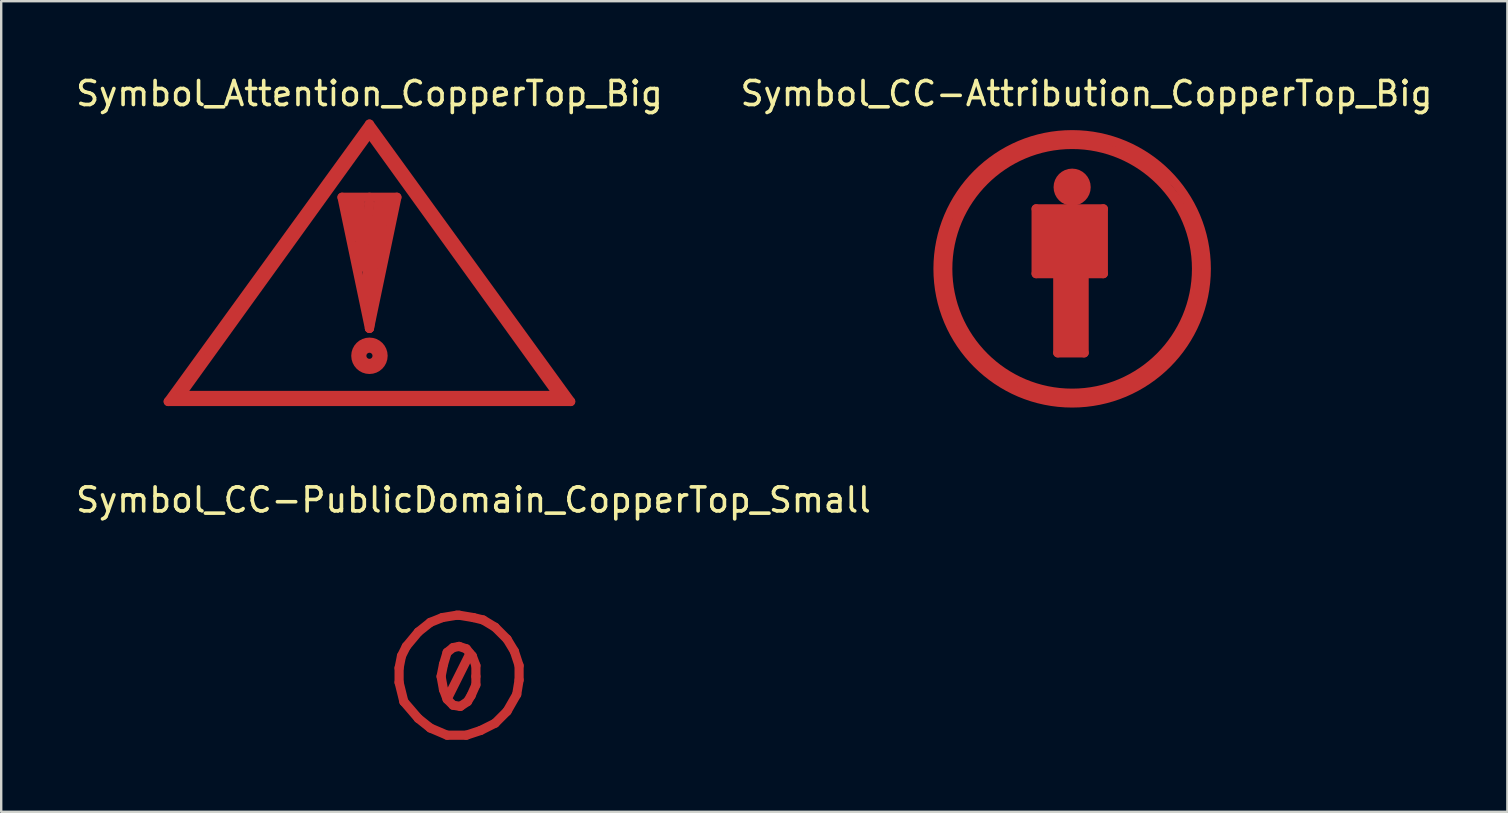
<source format=kicad_pcb>
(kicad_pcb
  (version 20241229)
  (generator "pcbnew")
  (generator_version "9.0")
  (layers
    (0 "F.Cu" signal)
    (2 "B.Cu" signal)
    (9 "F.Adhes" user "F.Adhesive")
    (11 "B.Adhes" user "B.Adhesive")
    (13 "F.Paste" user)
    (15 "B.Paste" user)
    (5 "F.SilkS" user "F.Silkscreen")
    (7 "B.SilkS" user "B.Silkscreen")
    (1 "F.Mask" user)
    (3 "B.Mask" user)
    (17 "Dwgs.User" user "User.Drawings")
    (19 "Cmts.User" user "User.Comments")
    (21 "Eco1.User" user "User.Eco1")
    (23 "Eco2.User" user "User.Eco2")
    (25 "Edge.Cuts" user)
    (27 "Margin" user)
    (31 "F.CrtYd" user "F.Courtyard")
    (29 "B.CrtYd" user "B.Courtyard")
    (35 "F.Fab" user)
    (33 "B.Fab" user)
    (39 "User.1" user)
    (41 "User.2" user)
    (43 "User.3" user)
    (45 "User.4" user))
  (footprint "Symbol_CC-Attribution_CopperTop_Big"
    (layer "F.Cu")
    (at 41.609 8.148)
    (property "Reference" "Symbol_CC-Attribution_CopperTop_Big" (at 0.599 -7.3 0) (layer "F.SilkS") (effects (font (size 1 1) (thickness 0.15))))
    (attr exclude_from_pos_files exclude_from_bom)
    (fp_line (start -5.4 0.099) (end -5.199 1.3) (stroke (width 0.381) (type solid)) (layer "F.Cu"))
    (fp_line (start -5.301 -1.1) (end -5.4 0.099) (stroke (width 0.381) (type solid)) (layer "F.Cu"))
    (fp_line (start -5.199 1.3) (end -4.801 2.4) (stroke (width 0.381) (type solid)) (layer "F.Cu"))
    (fp_line (start -5.001 -2.101) (end -5.301 -1.1) (stroke (width 0.381) (type solid)) (layer "F.Cu"))
    (fp_line (start -4.801 2.4) (end -3.8 3.899) (stroke (width 0.381) (type solid)) (layer "F.Cu"))
    (fp_line (start -4.501 -3) (end -5.001 -2.101) (stroke (width 0.381) (type solid)) (layer "F.Cu"))
    (fp_line (start -4 -3.599) (end -4.501 -3) (stroke (width 0.381) (type solid)) (layer "F.Cu"))
    (fp_line (start -3.8 3.899) (end -2.601 4.801) (stroke (width 0.381) (type solid)) (layer "F.Cu"))
    (fp_line (start -3.299 -4.201) (end -4 -3.599) (stroke (width 0.381) (type solid)) (layer "F.Cu"))
    (fp_line (start -2.7 -4.699) (end -3.299 -4.201) (stroke (width 0.381) (type solid)) (layer "F.Cu"))
    (fp_line (start -2.601 4.801) (end -1.3 5.301) (stroke (width 0.381) (type solid)) (layer "F.Cu"))
    (fp_line (start -1.999 -4.9) (end -2.7 -4.699) (stroke (width 0.381) (type solid)) (layer "F.Cu"))
    (fp_line (start -1.501 -2.499) (end 1.3 -2.499) (stroke (width 0.381) (type solid)) (layer "F.Cu"))
    (fp_line (start -1.501 0.201) (end -1.501 -2.499) (stroke (width 0.381) (type solid)) (layer "F.Cu"))
    (fp_line (start -1.4 -2.2) (end 1.1 -2.2) (stroke (width 0.381) (type solid)) (layer "F.Cu"))
    (fp_line (start -1.4 -1.9) (end -1.4 -1.501) (stroke (width 0.381) (type solid)) (layer "F.Cu"))
    (fp_line (start -1.4 -1.6) (end 1.199 -1.6) (stroke (width 0.381) (type solid)) (layer "F.Cu"))
    (fp_line (start -1.4 -1.501) (end -1.4 -1.6) (stroke (width 0.381) (type solid)) (layer "F.Cu"))
    (fp_line (start -1.4 -0.8) (end -1.4 -0.5) (stroke (width 0.381) (type solid)) (layer "F.Cu"))
    (fp_line (start -1.4 -0.5) (end 1.1 -0.5) (stroke (width 0.381) (type solid)) (layer "F.Cu"))
    (fp_line (start -1.4 -0.3) (end -1.4 -0.099) (stroke (width 0.381) (type solid)) (layer "F.Cu"))
    (fp_line (start -1.4 -0.099) (end 1.1 -0.099) (stroke (width 0.381) (type solid)) (layer "F.Cu"))
    (fp_line (start -1.3 -5.1) (end -1.999 -4.9) (stroke (width 0.381) (type solid)) (layer "F.Cu"))
    (fp_line (start -1.3 -1.3) (end -1.3 -1.1) (stroke (width 0.381) (type solid)) (layer "F.Cu"))
    (fp_line (start -1.3 -1.1) (end 1.1 -1.1) (stroke (width 0.381) (type solid)) (layer "F.Cu"))
    (fp_line (start -1.3 5.301) (end 0.099 5.301) (stroke (width 0.381) (type solid)) (layer "F.Cu"))
    (fp_line (start -0.599 0.3) (end -0.599 3.5) (stroke (width 0.381) (type solid)) (layer "F.Cu"))
    (fp_line (start -0.599 3.5) (end 0.5 3.5) (stroke (width 0.381) (type solid)) (layer "F.Cu"))
    (fp_line (start -0.5 -5.4) (end -1.3 -5.1) (stroke (width 0.381) (type solid)) (layer "F.Cu"))
    (fp_line (start -0.399 0.3) (end -0.399 3.299) (stroke (width 0.381) (type solid)) (layer "F.Cu"))
    (fp_line (start -0.399 3.299) (end -0.201 3.299) (stroke (width 0.381) (type solid)) (layer "F.Cu"))
    (fp_line (start -0.3 -3.8) (end -0.3 -3.099) (stroke (width 0.381) (type solid)) (layer "F.Cu"))
    (fp_line (start -0.201 0.3) (end 0.099 0.3) (stroke (width 0.381) (type solid)) (layer "F.Cu"))
    (fp_line (start -0.201 3.299) (end -0.201 0.3) (stroke (width 0.381) (type solid)) (layer "F.Cu"))
    (fp_line (start 0 -5.4) (end -0.5 -5.4) (stroke (width 0.381) (type solid)) (layer "F.Cu"))
    (fp_line (start 0 -3.8) (end 0 -3) (stroke (width 0.381) (type solid)) (layer "F.Cu"))
    (fp_line (start 0.099 0.3) (end 0.099 3.401) (stroke (width 0.381) (type solid)) (layer "F.Cu"))
    (fp_line (start 0.099 3.401) (end 0.3 3.401) (stroke (width 0.381) (type solid)) (layer "F.Cu"))
    (fp_line (start 0.099 5.301) (end 1.6 5.199) (stroke (width 0.381) (type solid)) (layer "F.Cu"))
    (fp_line (start 0.3 -3.8) (end 0.3 -3) (stroke (width 0.381) (type solid)) (layer "F.Cu"))
    (fp_line (start 0.3 3.401) (end 0.3 0.3) (stroke (width 0.381) (type solid)) (layer "F.Cu"))
    (fp_line (start 0.5 3.5) (end 0.5 0.3) (stroke (width 0.381) (type solid)) (layer "F.Cu"))
    (fp_line (start 1.1 -1.1) (end 1.1 -0.8) (stroke (width 0.381) (type solid)) (layer "F.Cu"))
    (fp_line (start 1.1 -0.8) (end -1.4 -0.8) (stroke (width 0.381) (type solid)) (layer "F.Cu"))
    (fp_line (start 1.1 -0.5) (end 1.1 -0.3) (stroke (width 0.381) (type solid)) (layer "F.Cu"))
    (fp_line (start 1.1 -0.3) (end -1.4 -0.3) (stroke (width 0.381) (type solid)) (layer "F.Cu"))
    (fp_line (start 1.199 -1.9) (end -1.4 -1.9) (stroke (width 0.381) (type solid)) (layer "F.Cu"))
    (fp_line (start 1.199 -1.6) (end 1.199 -1.3) (stroke (width 0.381) (type solid)) (layer "F.Cu"))
    (fp_line (start 1.199 -1.3) (end -1.3 -1.3) (stroke (width 0.381) (type solid)) (layer "F.Cu"))
    (fp_line (start 1.3 -2.499) (end 1.3 0.201) (stroke (width 0.381) (type solid)) (layer "F.Cu"))
    (fp_line (start 1.3 0.201) (end -1.501 0.201) (stroke (width 0.381) (type solid)) (layer "F.Cu"))
    (fp_line (start 1.4 -5.199) (end 0 -5.301) (stroke (width 0.381) (type solid)) (layer "F.Cu"))
    (fp_line (start 1.6 5.199) (end 2.601 4.699) (stroke (width 0.381) (type solid)) (layer "F.Cu"))
    (fp_line (start 2.4 -4.801) (end 1.4 -5.199) (stroke (width 0.381) (type solid)) (layer "F.Cu"))
    (fp_line (start 2.601 4.699) (end 4.201 3.401) (stroke (width 0.381) (type solid)) (layer "F.Cu"))
    (fp_line (start 3.401 -4.1) (end 2.4 -4.801) (stroke (width 0.381) (type solid)) (layer "F.Cu"))
    (fp_line (start 4.201 3.401) (end 5.001 1.801) (stroke (width 0.381) (type solid)) (layer "F.Cu"))
    (fp_line (start 4.699 -2.499) (end 3.401 -4.1) (stroke (width 0.381) (type solid)) (layer "F.Cu"))
    (fp_line (start 5.001 1.801) (end 5.4 0.3) (stroke (width 0.381) (type solid)) (layer "F.Cu"))
    (fp_line (start 5.199 -1.4) (end 4.699 -2.499) (stroke (width 0.381) (type solid)) (layer "F.Cu"))
    (fp_line (start 5.4 0.3) (end 5.199 -1.4) (stroke (width 0.381) (type solid)) (layer "F.Cu"))
    (fp_circle (center 0 -3.401) (end 0.3 -2.901) (stroke (width 0.381) (type solid)) (fill no) (layer "F.Cu"))
    (fp_circle (center 0 0) (end 5.08 1.016) (stroke (width 0.381) (type solid)) (fill no) (layer "F.Cu"))
    (fp_circle (center 0 0) (end 5.588 0) (stroke (width 0.381) (type solid)) (fill no) (layer "F.Cu")))
  (footprint "Symbol_CC-PublicDomain_CopperTop_Small"
    (layer "F.Cu")
    (at 16.073 25.075)
    (property "Reference" "Symbol_CC-PublicDomain_CopperTop_Small" (at 0.599 -7.3 0) (layer "F.SilkS") (effects (font (size 1 1) (thickness 0.15))))
    (attr exclude_from_pos_files exclude_from_bom)
    (fp_line (start -2.499 -0.3) (end -2.499 0.3) (stroke (width 0.381) (type solid)) (layer "F.Cu"))
    (fp_line (start -2.499 0.3) (end -2.301 1.1) (stroke (width 0.381) (type solid)) (layer "F.Cu"))
    (fp_line (start -2.4 -0.8) (end -2.499 -0.3) (stroke (width 0.381) (type solid)) (layer "F.Cu"))
    (fp_line (start -2.301 1.1) (end -1.699 1.801) (stroke (width 0.381) (type solid)) (layer "F.Cu"))
    (fp_line (start -2.2 -1.199) (end -2.4 -0.8) (stroke (width 0.381) (type solid)) (layer "F.Cu"))
    (fp_line (start -1.699 -1.801) (end -2.2 -1.199) (stroke (width 0.381) (type solid)) (layer "F.Cu"))
    (fp_line (start -1.699 1.801) (end -1.199 2.2) (stroke (width 0.381) (type solid)) (layer "F.Cu"))
    (fp_line (start -1.199 -2.2) (end -1.699 -1.801) (stroke (width 0.381) (type solid)) (layer "F.Cu"))
    (fp_line (start -1.199 2.2) (end -0.5 2.499) (stroke (width 0.381) (type solid)) (layer "F.Cu"))
    (fp_line (start -0.75 0.05) (end -0.65 -0.45) (stroke (width 0.381) (type solid)) (layer "F.Cu"))
    (fp_line (start -0.701 -2.4) (end -1.199 -2.2) (stroke (width 0.381) (type solid)) (layer "F.Cu"))
    (fp_line (start -0.65 -0.45) (end -0.5 -0.95) (stroke (width 0.381) (type solid)) (layer "F.Cu"))
    (fp_line (start -0.65 0.6) (end -0.75 0.05) (stroke (width 0.381) (type solid)) (layer "F.Cu"))
    (fp_line (start -0.5 2.499) (end 0.3 2.499) (stroke (width 0.381) (type solid)) (layer "F.Cu"))
    (fp_line (start -0.5 -0.95) (end -0.25 -1.15) (stroke (width 0.381) (type solid)) (layer "F.Cu"))
    (fp_line (start -0.5 1) (end -0.65 0.6) (stroke (width 0.381) (type solid)) (layer "F.Cu"))
    (fp_line (start -0.25 -1.15) (end 0 -1.2) (stroke (width 0.381) (type solid)) (layer "F.Cu"))
    (fp_line (start -0.25 1.25) (end -0.5 1) (stroke (width 0.381) (type solid)) (layer "F.Cu"))
    (fp_line (start -0.099 -2.499) (end -0.701 -2.4) (stroke (width 0.381) (type solid)) (layer "F.Cu"))
    (fp_line (start 0 -2.499) (end -0.099 -2.499) (stroke (width 0.381) (type solid)) (layer "F.Cu"))
    (fp_line (start 0 -1.2) (end 0.3 -1.1) (stroke (width 0.381) (type solid)) (layer "F.Cu"))
    (fp_line (start 0.05 1.3) (end -0.25 1.25) (stroke (width 0.381) (type solid)) (layer "F.Cu"))
    (fp_line (start 0.3 2.499) (end 0.899 2.301) (stroke (width 0.381) (type solid)) (layer "F.Cu"))
    (fp_line (start 0.3 -1.1) (end 0.55 -0.8) (stroke (width 0.381) (type solid)) (layer "F.Cu"))
    (fp_line (start 0.35 1.1) (end 0.05 1.3) (stroke (width 0.381) (type solid)) (layer "F.Cu"))
    (fp_line (start 0.45 -0.9) (end -0.45 0.9) (stroke (width 0.381) (type solid)) (layer "F.Cu"))
    (fp_line (start 0.5 0.85) (end 0.35 1.1) (stroke (width 0.381) (type solid)) (layer "F.Cu"))
    (fp_line (start 0.55 -0.8) (end 0.7 -0.4) (stroke (width 0.381) (type solid)) (layer "F.Cu"))
    (fp_line (start 0.599 -2.4) (end 0 -2.499) (stroke (width 0.381) (type solid)) (layer "F.Cu"))
    (fp_line (start 0.7 -0.4) (end 0.7 0.05) (stroke (width 0.381) (type solid)) (layer "F.Cu"))
    (fp_line (start 0.7 0.05) (end 0.7 0.4) (stroke (width 0.381) (type solid)) (layer "F.Cu"))
    (fp_line (start 0.7 0.4) (end 0.5 0.85) (stroke (width 0.381) (type solid)) (layer "F.Cu"))
    (fp_line (start 0.899 2.301) (end 1.501 1.999) (stroke (width 0.381) (type solid)) (layer "F.Cu"))
    (fp_line (start 1.001 -2.301) (end 0.599 -2.4) (stroke (width 0.381) (type solid)) (layer "F.Cu"))
    (fp_line (start 1.501 -1.999) (end 1.001 -2.301) (stroke (width 0.381) (type solid)) (layer "F.Cu"))
    (fp_line (start 1.501 1.999) (end 1.999 1.501) (stroke (width 0.381) (type solid)) (layer "F.Cu"))
    (fp_line (start 1.999 -1.501) (end 1.501 -1.999) (stroke (width 0.381) (type solid)) (layer "F.Cu"))
    (fp_line (start 1.999 1.501) (end 2.4 0.8) (stroke (width 0.381) (type solid)) (layer "F.Cu"))
    (fp_line (start 2.301 -1.001) (end 1.999 -1.501) (stroke (width 0.381) (type solid)) (layer "F.Cu"))
    (fp_line (start 2.4 0.8) (end 2.499 0.201) (stroke (width 0.381) (type solid)) (layer "F.Cu"))
    (fp_line (start 2.499 -0.399) (end 2.301 -1.001) (stroke (width 0.381) (type solid)) (layer "F.Cu"))
    (fp_line (start 2.499 0.201) (end 2.499 -0.399) (stroke (width 0.381) (type solid)) (layer "F.Cu")))
  (footprint "Symbol_Attention_CopperTop_Big"
    (layer "F.Cu")
    (at 12.339 8.976)
    (property "Reference" "Symbol_Attention_CopperTop_Big" (at 0 -8.128 0) (layer "F.SilkS") (effects (font (size 1 1) (thickness 0.15))))
    (attr exclude_from_pos_files exclude_from_bom)
    (fp_line (start -8.382 4.699) (end 0 -6.858) (stroke (width 0.381) (type solid)) (layer "F.Cu"))
    (fp_line (start -7.874 4.445) (end 0 -6.477) (stroke (width 0.381) (type solid)) (layer "F.Cu"))
    (fp_line (start -1.143 -3.81) (end 0 -3.81) (stroke (width 0.381) (type solid)) (layer "F.Cu"))
    (fp_line (start -0.889 -3.556) (end -0.508 -2.159) (stroke (width 0.381) (type solid)) (layer "F.Cu"))
    (fp_line (start -0.508 -2.159) (end -0.635 -3.429) (stroke (width 0.381) (type solid)) (layer "F.Cu"))
    (fp_line (start -0.381 -3.556) (end -0.889 -3.556) (stroke (width 0.381) (type solid)) (layer "F.Cu"))
    (fp_line (start -0.381 -0.889) (end -0.381 -3.556) (stroke (width 0.381) (type solid)) (layer "F.Cu"))
    (fp_line (start -0.127 0.127) (end 0 -3.556) (stroke (width 0.381) (type solid)) (layer "F.Cu"))
    (fp_line (start 0 -6.858) (end 8.382 4.699) (stroke (width 0.381) (type solid)) (layer "F.Cu"))
    (fp_line (start 0 -6.477) (end 7.874 4.445) (stroke (width 0.381) (type solid)) (layer "F.Cu"))
    (fp_line (start 0 -3.81) (end 1.143 -3.81) (stroke (width 0.381) (type solid)) (layer "F.Cu"))
    (fp_line (start 0 -3.556) (end -0.381 -0.889) (stroke (width 0.381) (type solid)) (layer "F.Cu"))
    (fp_line (start 0 1.524) (end 0.381 -3.556) (stroke (width 0.381) (type solid)) (layer "F.Cu"))
    (fp_line (start 0 1.651) (end -1.143 -3.81) (stroke (width 0.381) (type solid)) (layer "F.Cu"))
    (fp_line (start 0 1.651) (end 0.762 -3.683) (stroke (width 0.381) (type solid)) (layer "F.Cu"))
    (fp_line (start 0.381 -3.556) (end -0.127 0.127) (stroke (width 0.381) (type solid)) (layer "F.Cu"))
    (fp_line (start 1.143 -3.81) (end 0 1.651) (stroke (width 0.381) (type solid)) (layer "F.Cu"))
    (fp_line (start 7.874 4.445) (end -7.874 4.445) (stroke (width 0.381) (type solid)) (layer "F.Cu"))
    (fp_line (start 8.382 4.699) (end -8.382 4.699) (stroke (width 0.381) (type solid)) (layer "F.Cu"))
    (fp_circle (center 0 2.794) (end 0 2.921) (stroke (width 0.381) (type solid)) (fill no) (layer "F.Cu"))
    (fp_circle (center 0 2.794) (end 0.127 2.921) (stroke (width 0.381) (type solid)) (fill no) (layer "F.Cu"))
    (fp_circle (center 0 2.794) (end 0.254 3.302) (stroke (width 0.381) (type solid)) (fill no) (layer "F.Cu")))
  (gr_rect
    (start -3 -3)
    (end 59.738 30.765)
    (stroke (width 0.1) (type default))
    (fill no)
    (layer "Edge.Cuts")))
</source>
